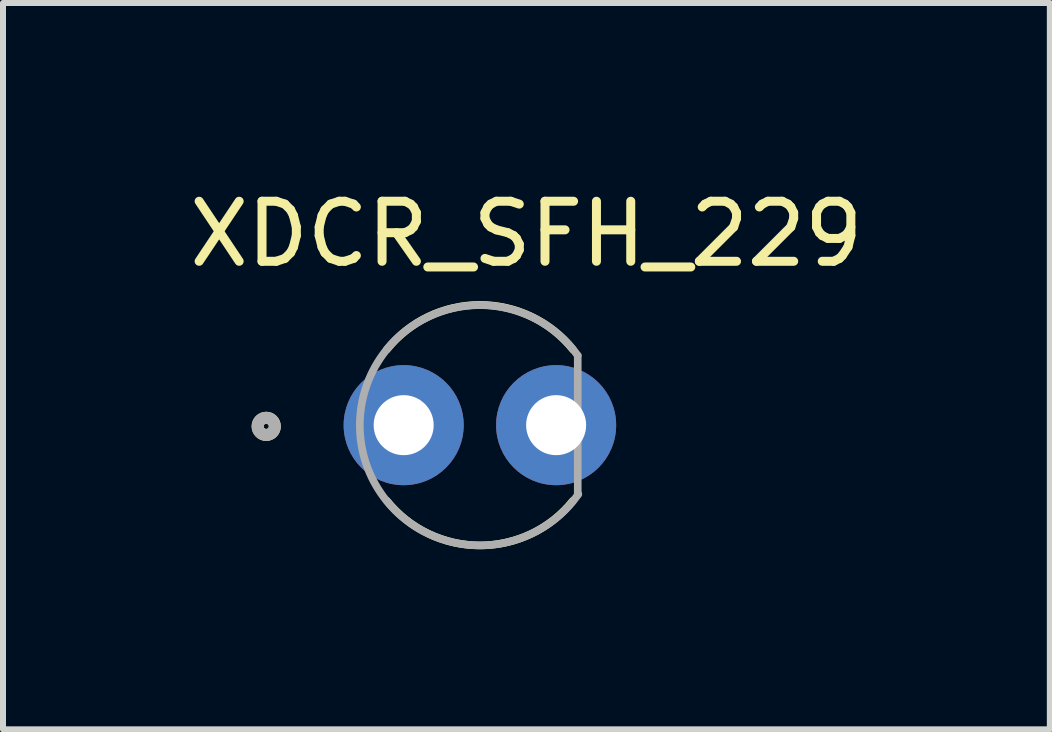
<source format=kicad_pcb>
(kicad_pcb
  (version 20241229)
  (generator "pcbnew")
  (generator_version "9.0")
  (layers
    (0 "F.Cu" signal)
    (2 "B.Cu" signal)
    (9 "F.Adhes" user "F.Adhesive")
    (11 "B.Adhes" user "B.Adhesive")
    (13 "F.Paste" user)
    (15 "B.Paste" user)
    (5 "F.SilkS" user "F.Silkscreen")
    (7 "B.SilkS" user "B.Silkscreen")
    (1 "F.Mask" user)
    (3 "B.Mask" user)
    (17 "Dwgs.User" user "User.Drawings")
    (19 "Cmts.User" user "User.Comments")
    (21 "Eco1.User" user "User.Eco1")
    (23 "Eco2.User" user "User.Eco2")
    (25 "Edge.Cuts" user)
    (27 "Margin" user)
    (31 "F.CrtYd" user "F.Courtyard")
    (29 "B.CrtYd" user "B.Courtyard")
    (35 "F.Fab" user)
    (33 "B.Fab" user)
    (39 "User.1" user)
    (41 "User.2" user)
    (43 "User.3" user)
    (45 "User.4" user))
  (footprint "XDCR_SFH_229"
    (layer "F.Cu")
    (at 4.945 4.033)
    (property "Reference" "XDCR_SFH_229" (at 0.775 -3.185 0) (layer "F.SilkS") (effects (font (size 1 1) (thickness 0.15))))
    (attr through_hole)
    (fp_circle (center -1.27 0) (end -0.77 0) (stroke (width 1) (type solid)) (fill no) (layer "F.Mask"))
    (fp_circle (center 1.27 0) (end 1.77 0) (stroke (width 1) (type solid)) (fill no) (layer "F.Mask"))
    (fp_circle (center -1.27 0) (end -0.77 0) (stroke (width 1) (type solid)) (fill no) (layer "B.Mask"))
    (fp_circle (center 1.27 0) (end 1.77 0) (stroke (width 1) (type solid)) (fill no) (layer "B.Mask"))
    (fp_arc (start -1.55 -1.259999) (mid 0 -2.003467) (end 1.55 -1.26) (stroke (width 0.127) (type solid)) (layer "F.SilkS"))
    (fp_arc (start 1.55 1.259999) (mid 0 2.003467) (end -1.55 1.26) (stroke (width 0.127) (type solid)) (layer "F.SilkS"))
    (fp_circle (center -3.56 0.02) (end -3.417 0.02) (stroke (width 0.2) (type solid)) (fill no) (layer "F.SilkS"))
    (fp_line (start 1.63 -1.16) (end 1.63 1.16) (stroke (width 0.127) (type solid)) (layer "F.Fab"))
    (fp_arc (start 1.64 1.15) (mid -2.000516 0.010738) (end 1.63 -1.16) (stroke (width 0.127) (type solid)) (layer "F.Fab"))
    (fp_circle (center -3.56 0.02) (end -3.417 0.02) (stroke (width 0.2) (type solid)) (fill no) (layer "F.Fab"))
    (pad "1" thru_hole circle (at -1.27 0) (size 2 2) (drill 1) (layers "*.Cu"))
    (pad "2" thru_hole circle (at 1.27 0) (size 2 2) (drill 1) (layers "*.Cu")))
  (gr_rect
    (start -3 -3)
    (end 14.44 9.1)
    (stroke (width 0.1) (type default))
    (fill no)
    (layer "Edge.Cuts")))
</source>
